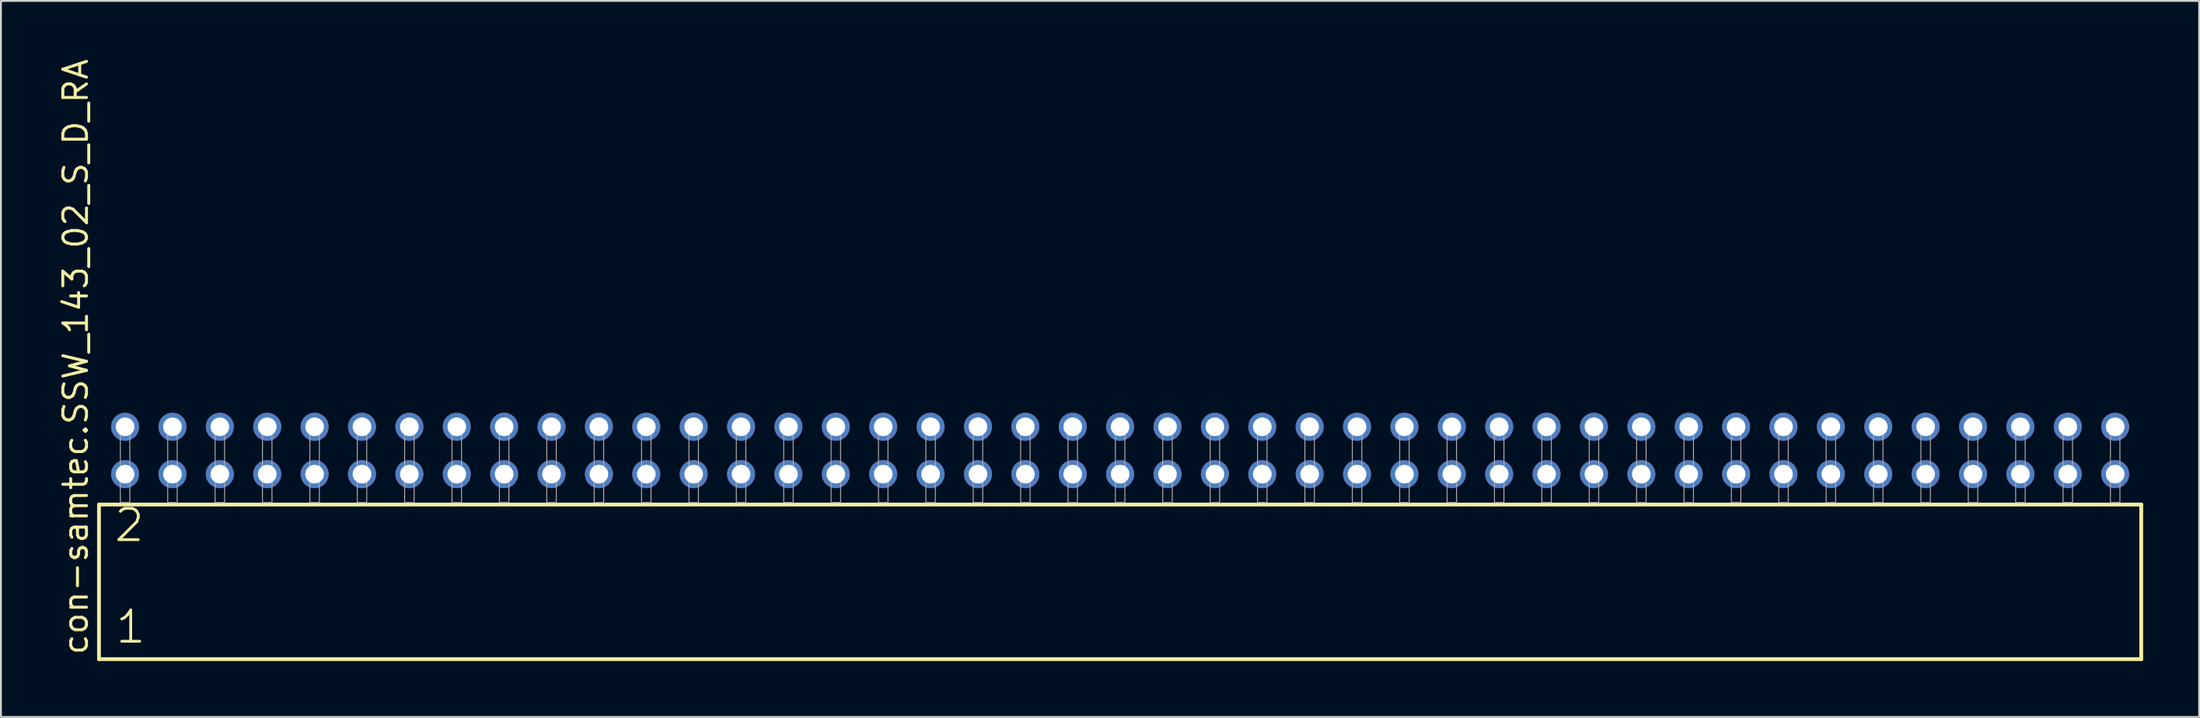
<source format=kicad_pcb>
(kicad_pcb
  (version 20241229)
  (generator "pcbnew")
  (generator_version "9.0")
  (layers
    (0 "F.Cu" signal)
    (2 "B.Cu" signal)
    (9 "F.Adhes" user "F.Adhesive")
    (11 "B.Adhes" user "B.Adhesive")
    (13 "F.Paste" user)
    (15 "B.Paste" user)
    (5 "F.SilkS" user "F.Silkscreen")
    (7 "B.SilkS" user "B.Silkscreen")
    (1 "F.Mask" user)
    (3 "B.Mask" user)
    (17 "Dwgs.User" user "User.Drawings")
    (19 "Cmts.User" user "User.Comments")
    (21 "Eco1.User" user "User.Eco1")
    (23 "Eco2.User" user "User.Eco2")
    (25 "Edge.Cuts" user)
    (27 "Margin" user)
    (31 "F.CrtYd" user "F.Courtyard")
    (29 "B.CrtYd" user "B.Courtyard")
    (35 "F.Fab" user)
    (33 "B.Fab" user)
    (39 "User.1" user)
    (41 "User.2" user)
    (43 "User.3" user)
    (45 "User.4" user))
  (footprint "con-samtec.SSW_143_02_S_D_RA"
    (layer "F.Cu")
    (at 56.995 23.902)
    (property "Reference" "con-samtec.SSW_143_02_S_D_RA" (at -55.245 8.255 90) (layer "F.SilkS") (effects (font (size 1.27 1.27) (thickness 0.16)) (justify left bottom)))
    (attr through_hole)
    (fp_line (start -54.739 0.106) (end -54.739 8.396) (stroke (width 0.203) (type default)) (layer "F.SilkS"))
    (fp_line (start -54.739 8.396) (end 54.739 8.396) (stroke (width 0.203) (type default)) (layer "F.SilkS"))
    (fp_line (start 54.739 0.106) (end -54.739 0.106) (stroke (width 0.203) (type default)) (layer "F.SilkS"))
    (fp_line (start 54.739 8.396) (end 54.739 0.106) (stroke (width 0.203) (type default)) (layer "F.SilkS"))
    (fp_rect (start -53.594 0) (end -53.086 -4.318) (stroke (width 0.05) (type default)) (fill no) (layer "F.Fab"))
    (fp_rect (start -51.054 0) (end -50.546 -4.318) (stroke (width 0.05) (type default)) (fill no) (layer "F.Fab"))
    (fp_rect (start -48.514 0) (end -48.006 -4.318) (stroke (width 0.05) (type default)) (fill no) (layer "F.Fab"))
    (fp_rect (start -45.974 0) (end -45.466 -4.318) (stroke (width 0.05) (type default)) (fill no) (layer "F.Fab"))
    (fp_rect (start -43.434 0) (end -42.926 -4.318) (stroke (width 0.05) (type default)) (fill no) (layer "F.Fab"))
    (fp_rect (start -40.894 0) (end -40.386 -4.318) (stroke (width 0.05) (type default)) (fill no) (layer "F.Fab"))
    (fp_rect (start -38.354 0) (end -37.846 -4.318) (stroke (width 0.05) (type default)) (fill no) (layer "F.Fab"))
    (fp_rect (start -35.814 0) (end -35.306 -4.318) (stroke (width 0.05) (type default)) (fill no) (layer "F.Fab"))
    (fp_rect (start -33.274 0) (end -32.766 -4.318) (stroke (width 0.05) (type default)) (fill no) (layer "F.Fab"))
    (fp_rect (start -30.734 0) (end -30.226 -4.318) (stroke (width 0.05) (type default)) (fill no) (layer "F.Fab"))
    (fp_rect (start -28.194 0) (end -27.686 -4.318) (stroke (width 0.05) (type default)) (fill no) (layer "F.Fab"))
    (fp_rect (start -25.654 0) (end -25.146 -4.318) (stroke (width 0.05) (type default)) (fill no) (layer "F.Fab"))
    (fp_rect (start -23.114 0) (end -22.606 -4.318) (stroke (width 0.05) (type default)) (fill no) (layer "F.Fab"))
    (fp_rect (start -20.574 0) (end -20.066 -4.318) (stroke (width 0.05) (type default)) (fill no) (layer "F.Fab"))
    (fp_rect (start -18.034 0) (end -17.526 -4.318) (stroke (width 0.05) (type default)) (fill no) (layer "F.Fab"))
    (fp_rect (start -15.494 0) (end -14.986 -4.318) (stroke (width 0.05) (type default)) (fill no) (layer "F.Fab"))
    (fp_rect (start -12.954 0) (end -12.446 -4.318) (stroke (width 0.05) (type default)) (fill no) (layer "F.Fab"))
    (fp_rect (start -10.414 0) (end -9.906 -4.318) (stroke (width 0.05) (type default)) (fill no) (layer "F.Fab"))
    (fp_rect (start -7.874 0) (end -7.366 -4.318) (stroke (width 0.05) (type default)) (fill no) (layer "F.Fab"))
    (fp_rect (start -5.334 0) (end -4.826 -4.318) (stroke (width 0.05) (type default)) (fill no) (layer "F.Fab"))
    (fp_rect (start -2.794 0) (end -2.286 -4.318) (stroke (width 0.05) (type default)) (fill no) (layer "F.Fab"))
    (fp_rect (start -0.254 0) (end 0.254 -4.318) (stroke (width 0.05) (type default)) (fill no) (layer "F.Fab"))
    (fp_rect (start 2.286 0) (end 2.794 -4.318) (stroke (width 0.05) (type default)) (fill no) (layer "F.Fab"))
    (fp_rect (start 4.826 0) (end 5.334 -4.318) (stroke (width 0.05) (type default)) (fill no) (layer "F.Fab"))
    (fp_rect (start 7.366 0) (end 7.874 -4.318) (stroke (width 0.05) (type default)) (fill no) (layer "F.Fab"))
    (fp_rect (start 9.906 0) (end 10.414 -4.318) (stroke (width 0.05) (type default)) (fill no) (layer "F.Fab"))
    (fp_rect (start 12.446 0) (end 12.954 -4.318) (stroke (width 0.05) (type default)) (fill no) (layer "F.Fab"))
    (fp_rect (start 14.986 0) (end 15.494 -4.318) (stroke (width 0.05) (type default)) (fill no) (layer "F.Fab"))
    (fp_rect (start 17.526 0) (end 18.034 -4.318) (stroke (width 0.05) (type default)) (fill no) (layer "F.Fab"))
    (fp_rect (start 20.066 0) (end 20.574 -4.318) (stroke (width 0.05) (type default)) (fill no) (layer "F.Fab"))
    (fp_rect (start 22.606 0) (end 23.114 -4.318) (stroke (width 0.05) (type default)) (fill no) (layer "F.Fab"))
    (fp_rect (start 25.146 0) (end 25.654 -4.318) (stroke (width 0.05) (type default)) (fill no) (layer "F.Fab"))
    (fp_rect (start 27.686 0) (end 28.194 -4.318) (stroke (width 0.05) (type default)) (fill no) (layer "F.Fab"))
    (fp_rect (start 30.226 0) (end 30.734 -4.318) (stroke (width 0.05) (type default)) (fill no) (layer "F.Fab"))
    (fp_rect (start 32.766 0) (end 33.274 -4.318) (stroke (width 0.05) (type default)) (fill no) (layer "F.Fab"))
    (fp_rect (start 35.306 0) (end 35.814 -4.318) (stroke (width 0.05) (type default)) (fill no) (layer "F.Fab"))
    (fp_rect (start 37.846 0) (end 38.354 -4.318) (stroke (width 0.05) (type default)) (fill no) (layer "F.Fab"))
    (fp_rect (start 40.386 0) (end 40.894 -4.318) (stroke (width 0.05) (type default)) (fill no) (layer "F.Fab"))
    (fp_rect (start 42.926 0) (end 43.434 -4.318) (stroke (width 0.05) (type default)) (fill no) (layer "F.Fab"))
    (fp_rect (start 45.466 0) (end 45.974 -4.318) (stroke (width 0.05) (type default)) (fill no) (layer "F.Fab"))
    (fp_rect (start 48.006 0) (end 48.514 -4.318) (stroke (width 0.05) (type default)) (fill no) (layer "F.Fab"))
    (fp_rect (start 50.546 0) (end 51.054 -4.318) (stroke (width 0.05) (type default)) (fill no) (layer "F.Fab"))
    (fp_rect (start 53.086 0) (end 53.594 -4.318) (stroke (width 0.05) (type default)) (fill no) (layer "F.Fab"))
    (fp_text user "1" (at -53.935 7.65 0) (layer "F.SilkS") (effects (font (size 1.676 1.676) (thickness 0.15)) (justify left bottom)))
    (fp_text user "2" (at -54.01 2.2 0) (layer "F.SilkS") (effects (font (size 1.676 1.676) (thickness 0.15)) (justify left bottom)))
    (pad "1" thru_hole circle (at -53.34 -1.524) (size 1.5 1.5) (drill 1) (layers "*.Cu" "*.Mask"))
    (pad "2" thru_hole circle (at -53.34 -4.064) (size 1.5 1.5) (drill 1) (layers "*.Cu" "*.Mask"))
    (pad "3" thru_hole circle (at -50.8 -1.524) (size 1.5 1.5) (drill 1) (layers "*.Cu" "*.Mask"))
    (pad "4" thru_hole circle (at -50.8 -4.064) (size 1.5 1.5) (drill 1) (layers "*.Cu" "*.Mask"))
    (pad "5" thru_hole circle (at -48.26 -1.524) (size 1.5 1.5) (drill 1) (layers "*.Cu" "*.Mask"))
    (pad "6" thru_hole circle (at -48.26 -4.064) (size 1.5 1.5) (drill 1) (layers "*.Cu" "*.Mask"))
    (pad "7" thru_hole circle (at -45.72 -1.524) (size 1.5 1.5) (drill 1) (layers "*.Cu" "*.Mask"))
    (pad "8" thru_hole circle (at -45.72 -4.064) (size 1.5 1.5) (drill 1) (layers "*.Cu" "*.Mask"))
    (pad "9" thru_hole circle (at -43.18 -1.524) (size 1.5 1.5) (drill 1) (layers "*.Cu" "*.Mask"))
    (pad "10" thru_hole circle (at -43.18 -4.064) (size 1.5 1.5) (drill 1) (layers "*.Cu" "*.Mask"))
    (pad "11" thru_hole circle (at -40.64 -1.524) (size 1.5 1.5) (drill 1) (layers "*.Cu" "*.Mask"))
    (pad "12" thru_hole circle (at -40.64 -4.064) (size 1.5 1.5) (drill 1) (layers "*.Cu" "*.Mask"))
    (pad "13" thru_hole circle (at -38.1 -1.524) (size 1.5 1.5) (drill 1) (layers "*.Cu" "*.Mask"))
    (pad "14" thru_hole circle (at -38.1 -4.064) (size 1.5 1.5) (drill 1) (layers "*.Cu" "*.Mask"))
    (pad "15" thru_hole circle (at -35.56 -1.524) (size 1.5 1.5) (drill 1) (layers "*.Cu" "*.Mask"))
    (pad "16" thru_hole circle (at -35.56 -4.064) (size 1.5 1.5) (drill 1) (layers "*.Cu" "*.Mask"))
    (pad "17" thru_hole circle (at -33.02 -1.524) (size 1.5 1.5) (drill 1) (layers "*.Cu" "*.Mask"))
    (pad "18" thru_hole circle (at -33.02 -4.064) (size 1.5 1.5) (drill 1) (layers "*.Cu" "*.Mask"))
    (pad "19" thru_hole circle (at -30.48 -1.524) (size 1.5 1.5) (drill 1) (layers "*.Cu" "*.Mask"))
    (pad "20" thru_hole circle (at -30.48 -4.064) (size 1.5 1.5) (drill 1) (layers "*.Cu" "*.Mask"))
    (pad "21" thru_hole circle (at -27.94 -1.524) (size 1.5 1.5) (drill 1) (layers "*.Cu" "*.Mask"))
    (pad "22" thru_hole circle (at -27.94 -4.064) (size 1.5 1.5) (drill 1) (layers "*.Cu" "*.Mask"))
    (pad "23" thru_hole circle (at -25.4 -1.524) (size 1.5 1.5) (drill 1) (layers "*.Cu" "*.Mask"))
    (pad "24" thru_hole circle (at -25.4 -4.064) (size 1.5 1.5) (drill 1) (layers "*.Cu" "*.Mask"))
    (pad "25" thru_hole circle (at -22.86 -1.524) (size 1.5 1.5) (drill 1) (layers "*.Cu" "*.Mask"))
    (pad "26" thru_hole circle (at -22.86 -4.064) (size 1.5 1.5) (drill 1) (layers "*.Cu" "*.Mask"))
    (pad "27" thru_hole circle (at -20.32 -1.524) (size 1.5 1.5) (drill 1) (layers "*.Cu" "*.Mask"))
    (pad "28" thru_hole circle (at -20.32 -4.064) (size 1.5 1.5) (drill 1) (layers "*.Cu" "*.Mask"))
    (pad "29" thru_hole circle (at -17.78 -1.524) (size 1.5 1.5) (drill 1) (layers "*.Cu" "*.Mask"))
    (pad "30" thru_hole circle (at -17.78 -4.064) (size 1.5 1.5) (drill 1) (layers "*.Cu" "*.Mask"))
    (pad "31" thru_hole circle (at -15.24 -1.524) (size 1.5 1.5) (drill 1) (layers "*.Cu" "*.Mask"))
    (pad "32" thru_hole circle (at -15.24 -4.064) (size 1.5 1.5) (drill 1) (layers "*.Cu" "*.Mask"))
    (pad "33" thru_hole circle (at -12.7 -1.524) (size 1.5 1.5) (drill 1) (layers "*.Cu" "*.Mask"))
    (pad "34" thru_hole circle (at -12.7 -4.064) (size 1.5 1.5) (drill 1) (layers "*.Cu" "*.Mask"))
    (pad "35" thru_hole circle (at -10.16 -1.524) (size 1.5 1.5) (drill 1) (layers "*.Cu" "*.Mask"))
    (pad "36" thru_hole circle (at -10.16 -4.064) (size 1.5 1.5) (drill 1) (layers "*.Cu" "*.Mask"))
    (pad "37" thru_hole circle (at -7.62 -1.524) (size 1.5 1.5) (drill 1) (layers "*.Cu" "*.Mask"))
    (pad "38" thru_hole circle (at -7.62 -4.064) (size 1.5 1.5) (drill 1) (layers "*.Cu" "*.Mask"))
    (pad "39" thru_hole circle (at -5.08 -1.524) (size 1.5 1.5) (drill 1) (layers "*.Cu" "*.Mask"))
    (pad "40" thru_hole circle (at -5.08 -4.064) (size 1.5 1.5) (drill 1) (layers "*.Cu" "*.Mask"))
    (pad "41" thru_hole circle (at -2.54 -1.524) (size 1.5 1.5) (drill 1) (layers "*.Cu" "*.Mask"))
    (pad "42" thru_hole circle (at -2.54 -4.064) (size 1.5 1.5) (drill 1) (layers "*.Cu" "*.Mask"))
    (pad "43" thru_hole circle (at 0 -1.524) (size 1.5 1.5) (drill 1) (layers "*.Cu" "*.Mask"))
    (pad "44" thru_hole circle (at 0 -4.064) (size 1.5 1.5) (drill 1) (layers "*.Cu" "*.Mask"))
    (pad "45" thru_hole circle (at 2.54 -1.524) (size 1.5 1.5) (drill 1) (layers "*.Cu" "*.Mask"))
    (pad "46" thru_hole circle (at 2.54 -4.064) (size 1.5 1.5) (drill 1) (layers "*.Cu" "*.Mask"))
    (pad "47" thru_hole circle (at 5.08 -1.524) (size 1.5 1.5) (drill 1) (layers "*.Cu" "*.Mask"))
    (pad "48" thru_hole circle (at 5.08 -4.064) (size 1.5 1.5) (drill 1) (layers "*.Cu" "*.Mask"))
    (pad "49" thru_hole circle (at 7.62 -1.524) (size 1.5 1.5) (drill 1) (layers "*.Cu" "*.Mask"))
    (pad "50" thru_hole circle (at 7.62 -4.064) (size 1.5 1.5) (drill 1) (layers "*.Cu" "*.Mask"))
    (pad "51" thru_hole circle (at 10.16 -1.524) (size 1.5 1.5) (drill 1) (layers "*.Cu" "*.Mask"))
    (pad "52" thru_hole circle (at 10.16 -4.064) (size 1.5 1.5) (drill 1) (layers "*.Cu" "*.Mask"))
    (pad "53" thru_hole circle (at 12.7 -1.524) (size 1.5 1.5) (drill 1) (layers "*.Cu" "*.Mask"))
    (pad "54" thru_hole circle (at 12.7 -4.064) (size 1.5 1.5) (drill 1) (layers "*.Cu" "*.Mask"))
    (pad "55" thru_hole circle (at 15.24 -1.524) (size 1.5 1.5) (drill 1) (layers "*.Cu" "*.Mask"))
    (pad "56" thru_hole circle (at 15.24 -4.064) (size 1.5 1.5) (drill 1) (layers "*.Cu" "*.Mask"))
    (pad "57" thru_hole circle (at 17.78 -1.524) (size 1.5 1.5) (drill 1) (layers "*.Cu" "*.Mask"))
    (pad "58" thru_hole circle (at 17.78 -4.064) (size 1.5 1.5) (drill 1) (layers "*.Cu" "*.Mask"))
    (pad "59" thru_hole circle (at 20.32 -1.524) (size 1.5 1.5) (drill 1) (layers "*.Cu" "*.Mask"))
    (pad "60" thru_hole circle (at 20.32 -4.064) (size 1.5 1.5) (drill 1) (layers "*.Cu" "*.Mask"))
    (pad "61" thru_hole circle (at 22.86 -1.524) (size 1.5 1.5) (drill 1) (layers "*.Cu" "*.Mask"))
    (pad "62" thru_hole circle (at 22.86 -4.064) (size 1.5 1.5) (drill 1) (layers "*.Cu" "*.Mask"))
    (pad "63" thru_hole circle (at 25.4 -1.524) (size 1.5 1.5) (drill 1) (layers "*.Cu" "*.Mask"))
    (pad "64" thru_hole circle (at 25.4 -4.064) (size 1.5 1.5) (drill 1) (layers "*.Cu" "*.Mask"))
    (pad "65" thru_hole circle (at 27.94 -1.524) (size 1.5 1.5) (drill 1) (layers "*.Cu" "*.Mask"))
    (pad "66" thru_hole circle (at 27.94 -4.064) (size 1.5 1.5) (drill 1) (layers "*.Cu" "*.Mask"))
    (pad "67" thru_hole circle (at 30.48 -1.524) (size 1.5 1.5) (drill 1) (layers "*.Cu" "*.Mask"))
    (pad "68" thru_hole circle (at 30.48 -4.064) (size 1.5 1.5) (drill 1) (layers "*.Cu" "*.Mask"))
    (pad "69" thru_hole circle (at 33.02 -1.524) (size 1.5 1.5) (drill 1) (layers "*.Cu" "*.Mask"))
    (pad "70" thru_hole circle (at 33.02 -4.064) (size 1.5 1.5) (drill 1) (layers "*.Cu" "*.Mask"))
    (pad "71" thru_hole circle (at 35.56 -1.524) (size 1.5 1.5) (drill 1) (layers "*.Cu" "*.Mask"))
    (pad "72" thru_hole circle (at 35.56 -4.064) (size 1.5 1.5) (drill 1) (layers "*.Cu" "*.Mask"))
    (pad "73" thru_hole circle (at 38.1 -1.524) (size 1.5 1.5) (drill 1) (layers "*.Cu" "*.Mask"))
    (pad "74" thru_hole circle (at 38.1 -4.064) (size 1.5 1.5) (drill 1) (layers "*.Cu" "*.Mask"))
    (pad "75" thru_hole circle (at 40.64 -1.524) (size 1.5 1.5) (drill 1) (layers "*.Cu" "*.Mask"))
    (pad "76" thru_hole circle (at 40.64 -4.064) (size 1.5 1.5) (drill 1) (layers "*.Cu" "*.Mask"))
    (pad "77" thru_hole circle (at 43.18 -1.524) (size 1.5 1.5) (drill 1) (layers "*.Cu" "*.Mask"))
    (pad "78" thru_hole circle (at 43.18 -4.064) (size 1.5 1.5) (drill 1) (layers "*.Cu" "*.Mask"))
    (pad "79" thru_hole circle (at 45.72 -1.524) (size 1.5 1.5) (drill 1) (layers "*.Cu" "*.Mask"))
    (pad "80" thru_hole circle (at 45.72 -4.064) (size 1.5 1.5) (drill 1) (layers "*.Cu" "*.Mask"))
    (pad "81" thru_hole circle (at 48.26 -1.524) (size 1.5 1.5) (drill 1) (layers "*.Cu" "*.Mask"))
    (pad "82" thru_hole circle (at 48.26 -4.064) (size 1.5 1.5) (drill 1) (layers "*.Cu" "*.Mask"))
    (pad "83" thru_hole circle (at 50.8 -1.524) (size 1.5 1.5) (drill 1) (layers "*.Cu" "*.Mask"))
    (pad "84" thru_hole circle (at 50.8 -4.064) (size 1.5 1.5) (drill 1) (layers "*.Cu" "*.Mask"))
    (pad "85" thru_hole circle (at 53.34 -1.524) (size 1.5 1.5) (drill 1) (layers "*.Cu" "*.Mask"))
    (pad "86" thru_hole circle (at 53.34 -4.064) (size 1.5 1.5) (drill 1) (layers "*.Cu" "*.Mask")))
  (gr_rect
    (start -3 -3)
    (end 114.836 35.4)
    (stroke (width 0.1) (type default))
    (fill no)
    (layer "Edge.Cuts")))
</source>
